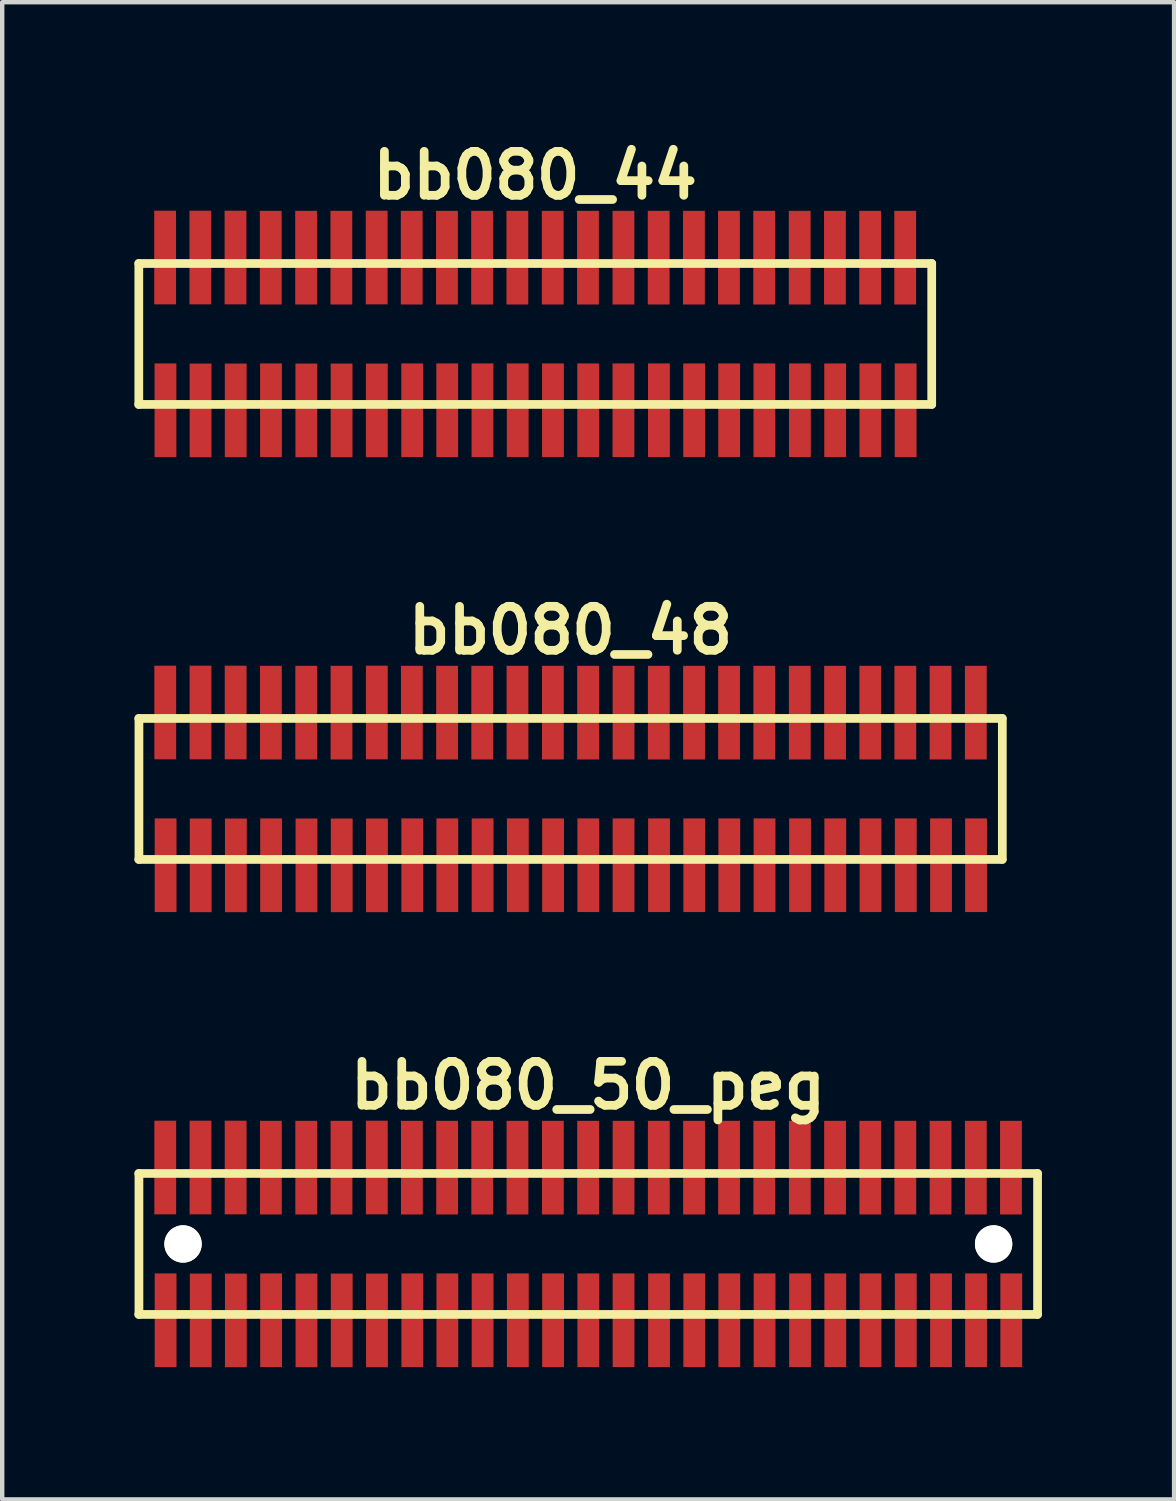
<source format=kicad_pcb>
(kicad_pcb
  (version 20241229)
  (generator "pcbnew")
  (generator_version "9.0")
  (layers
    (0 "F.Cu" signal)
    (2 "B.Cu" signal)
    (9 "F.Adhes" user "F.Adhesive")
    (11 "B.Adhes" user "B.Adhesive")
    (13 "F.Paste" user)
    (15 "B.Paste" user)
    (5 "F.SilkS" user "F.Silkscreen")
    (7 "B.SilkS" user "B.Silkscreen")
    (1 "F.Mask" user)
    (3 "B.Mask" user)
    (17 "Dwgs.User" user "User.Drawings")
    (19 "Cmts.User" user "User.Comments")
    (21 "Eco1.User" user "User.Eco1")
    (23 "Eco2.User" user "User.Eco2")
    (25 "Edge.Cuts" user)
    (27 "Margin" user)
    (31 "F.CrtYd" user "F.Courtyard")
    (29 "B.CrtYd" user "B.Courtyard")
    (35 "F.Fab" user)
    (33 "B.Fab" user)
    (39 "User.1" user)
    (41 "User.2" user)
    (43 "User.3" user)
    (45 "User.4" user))
  (footprint "bb080_50_peg"
    (layer "F.Cu")
    (at 10.3 25.188)
    (property "Reference" "bb080_50_peg" (at 0 -3.599 0) (layer "F.SilkS") (effects (font (size 0.998 0.998) (thickness 0.198))))
    (attr through_hole)
    (fp_line (start -10.201 1.6) (end 10.201 1.6) (stroke (width 0.198) (type solid)) (layer "F.SilkS"))
    (fp_line (start -10.196 -1.6) (end -10.196 1.6) (stroke (width 0.198) (type solid)) (layer "F.SilkS"))
    (fp_line (start 10.201 -1.6) (end -10.201 -1.6) (stroke (width 0.198) (type solid)) (layer "F.SilkS"))
    (fp_line (start 10.203 1.6) (end 10.203 -1.6) (stroke (width 0.198) (type solid)) (layer "F.SilkS"))
    (pad "" np_thru_hole circle (at -9.195 0) (size 0.848 0.848) (drill 0.848) (layers "*.Cu" "*.Mask" "F.SilkS"))
    (pad "" np_thru_hole circle (at 9.205 0) (size 0.848 0.848) (drill 0.848) (layers "*.Cu" "*.Mask" "F.SilkS"))
    (pad "1" smd rect (at -9.591 1.732) (size 0.495 2.126) (layers "F.Cu" "F.Mask" "F.Paste"))
    (pad "2" smd rect (at -9.599 -1.735) (size 0.495 2.126) (layers "F.Cu" "F.Mask" "F.Paste"))
    (pad "3" smd rect (at -8.793 1.735) (size 0.495 2.126) (layers "F.Cu" "F.Mask" "F.Paste"))
    (pad "4" smd rect (at -8.799 -1.735) (size 0.495 2.126) (layers "F.Cu" "F.Mask" "F.Paste"))
    (pad "5" smd rect (at -7.996 1.735) (size 0.495 2.126) (layers "F.Cu" "F.Mask" "F.Paste"))
    (pad "6" smd rect (at -8.001 -1.735) (size 0.495 2.126) (layers "F.Cu" "F.Mask" "F.Paste"))
    (pad "7" smd rect (at -7.196 1.732) (size 0.495 2.126) (layers "F.Cu" "F.Mask" "F.Paste"))
    (pad "8" smd rect (at -7.201 -1.732) (size 0.495 2.126) (layers "F.Cu" "F.Mask" "F.Paste"))
    (pad "9" smd rect (at -6.393 1.735) (size 0.495 2.126) (layers "F.Cu" "F.Mask" "F.Paste"))
    (pad "10" smd rect (at -6.398 -1.732) (size 0.495 2.126) (layers "F.Cu" "F.Mask" "F.Paste"))
    (pad "11" smd rect (at -5.593 1.735) (size 0.495 2.126) (layers "F.Cu" "F.Mask" "F.Paste"))
    (pad "12" smd rect (at -5.598 -1.732) (size 0.495 2.126) (layers "F.Cu" "F.Mask" "F.Paste"))
    (pad "13" smd rect (at -4.793 1.735) (size 0.495 2.126) (layers "F.Cu" "F.Mask" "F.Paste"))
    (pad "14" smd rect (at -4.796 -1.735) (size 0.495 2.126) (layers "F.Cu" "F.Mask" "F.Paste"))
    (pad "15" smd rect (at -3.99 1.732) (size 0.495 2.126) (layers "F.Cu" "F.Mask" "F.Paste"))
    (pad "16" smd rect (at -4 -1.732) (size 0.495 2.126) (layers "F.Cu" "F.Mask" "F.Paste"))
    (pad "17" smd rect (at -3.195 1.732) (size 0.495 2.126) (layers "F.Cu" "F.Mask" "F.Paste"))
    (pad "18" smd rect (at -3.2 -1.732) (size 0.495 2.126) (layers "F.Cu" "F.Mask" "F.Paste"))
    (pad "19" smd rect (at -2.395 1.732) (size 0.495 2.126) (layers "F.Cu" "F.Mask" "F.Paste"))
    (pad "20" smd rect (at -2.403 -1.732) (size 0.495 2.126) (layers "F.Cu" "F.Mask" "F.Paste"))
    (pad "21" smd rect (at -1.595 1.732) (size 0.495 2.126) (layers "F.Cu" "F.Mask" "F.Paste"))
    (pad "22" smd rect (at -1.603 -1.732) (size 0.495 2.126) (layers "F.Cu" "F.Mask" "F.Paste"))
    (pad "23" smd rect (at -0.795 1.732) (size 0.495 2.126) (layers "F.Cu" "F.Mask" "F.Paste"))
    (pad "24" smd rect (at -0.8 -1.732) (size 0.495 2.126) (layers "F.Cu" "F.Mask" "F.Paste"))
    (pad "25" smd rect (at 0.005 1.732) (size 0.495 2.126) (layers "F.Cu" "F.Mask" "F.Paste"))
    (pad "26" smd rect (at 0 -1.732) (size 0.495 2.126) (layers "F.Cu" "F.Mask" "F.Paste"))
    (pad "27" smd rect (at 0.805 1.732) (size 0.495 2.126) (layers "F.Cu" "F.Mask" "F.Paste"))
    (pad "28" smd rect (at 0.805 -1.732) (size 0.495 2.126) (layers "F.Cu" "F.Mask" "F.Paste"))
    (pad "29" smd rect (at 1.61 1.732) (size 0.495 2.126) (layers "F.Cu" "F.Mask" "F.Paste"))
    (pad "30" smd rect (at 1.605 -1.732) (size 0.495 2.126) (layers "F.Cu" "F.Mask" "F.Paste"))
    (pad "31" smd rect (at 2.41 1.732) (size 0.495 2.126) (layers "F.Cu" "F.Mask" "F.Paste"))
    (pad "32" smd rect (at 2.405 -1.732) (size 0.495 2.126) (layers "F.Cu" "F.Mask" "F.Paste"))
    (pad "33" smd rect (at 3.205 1.732) (size 0.495 2.126) (layers "F.Cu" "F.Mask" "F.Paste"))
    (pad "34" smd rect (at 3.2 -1.732) (size 0.495 2.126) (layers "F.Cu" "F.Mask" "F.Paste"))
    (pad "35" smd rect (at 4.006 1.732) (size 0.495 2.126) (layers "F.Cu" "F.Mask" "F.Paste"))
    (pad "36" smd rect (at 4 -1.732) (size 0.495 2.126) (layers "F.Cu" "F.Mask" "F.Paste"))
    (pad "37" smd rect (at 4.811 1.732) (size 0.495 2.126) (layers "F.Cu" "F.Mask" "F.Paste"))
    (pad "38" smd rect (at 4.806 -1.732) (size 0.495 2.126) (layers "F.Cu" "F.Mask" "F.Paste"))
    (pad "39" smd rect (at 5.611 1.732) (size 0.495 2.126) (layers "F.Cu" "F.Mask" "F.Paste"))
    (pad "40" smd rect (at 5.606 -1.732) (size 0.495 2.126) (layers "F.Cu" "F.Mask" "F.Paste"))
    (pad "41" smd rect (at 6.411 1.732) (size 0.495 2.126) (layers "F.Cu" "F.Mask" "F.Paste"))
    (pad "42" smd rect (at 6.406 -1.732) (size 0.495 2.126) (layers "F.Cu" "F.Mask" "F.Paste"))
    (pad "43" smd rect (at 7.211 1.732) (size 0.495 2.126) (layers "F.Cu" "F.Mask" "F.Paste"))
    (pad "44" smd rect (at 7.201 -1.732) (size 0.495 2.126) (layers "F.Cu" "F.Mask" "F.Paste"))
    (pad "45" smd rect (at 8.011 1.732) (size 0.495 2.126) (layers "F.Cu" "F.Mask" "F.Paste"))
    (pad "46" smd rect (at 8.001 -1.732) (size 0.495 2.126) (layers "F.Cu" "F.Mask" "F.Paste"))
    (pad "47" smd rect (at 8.806 1.732) (size 0.495 2.126) (layers "F.Cu" "F.Mask" "F.Paste"))
    (pad "48" smd rect (at 8.801 -1.732) (size 0.495 2.126) (layers "F.Cu" "F.Mask" "F.Paste"))
    (pad "49" smd rect (at 9.606 1.732) (size 0.495 2.126) (layers "F.Cu" "F.Mask" "F.Paste"))
    (pad "50" smd rect (at 9.599 -1.732) (size 0.495 2.126) (layers "F.Cu" "F.Mask" "F.Paste")))
  (footprint "bb080_44"
    (layer "F.Cu")
    (at 9.098 4.531)
    (property "Reference" "bb080_44" (at 0 -3.599 0) (layer "F.SilkS") (effects (font (size 0.998 0.998) (thickness 0.198))))
    (attr through_hole)
    (fp_line (start -8.999 -1.6) (end 9.002 -1.6) (stroke (width 0.198) (type solid)) (layer "F.SilkS"))
    (fp_line (start -8.997 -1.6) (end -8.997 1.6) (stroke (width 0.198) (type solid)) (layer "F.SilkS"))
    (fp_line (start 9.002 1.6) (end -8.999 1.6) (stroke (width 0.198) (type solid)) (layer "F.SilkS"))
    (fp_line (start 9.002 1.6) (end 9.002 -1.6) (stroke (width 0.198) (type solid)) (layer "F.SilkS"))
    (pad "1" smd rect (at -8.392 1.732) (size 0.495 2.126) (layers "F.Cu" "F.Mask" "F.Paste"))
    (pad "2" smd rect (at -8.4 -1.735) (size 0.495 2.126) (layers "F.Cu" "F.Mask" "F.Paste"))
    (pad "3" smd rect (at -7.595 1.735) (size 0.495 2.126) (layers "F.Cu" "F.Mask" "F.Paste"))
    (pad "4" smd rect (at -7.6 -1.735) (size 0.495 2.126) (layers "F.Cu" "F.Mask" "F.Paste"))
    (pad "5" smd rect (at -6.797 1.735) (size 0.495 2.126) (layers "F.Cu" "F.Mask" "F.Paste"))
    (pad "6" smd rect (at -6.802 -1.735) (size 0.495 2.126) (layers "F.Cu" "F.Mask" "F.Paste"))
    (pad "7" smd rect (at -5.997 1.732) (size 0.495 2.126) (layers "F.Cu" "F.Mask" "F.Paste"))
    (pad "8" smd rect (at -6.002 -1.732) (size 0.495 2.126) (layers "F.Cu" "F.Mask" "F.Paste"))
    (pad "9" smd rect (at -5.194 1.735) (size 0.495 2.126) (layers "F.Cu" "F.Mask" "F.Paste"))
    (pad "10" smd rect (at -5.199 -1.732) (size 0.495 2.126) (layers "F.Cu" "F.Mask" "F.Paste"))
    (pad "11" smd rect (at -4.394 1.735) (size 0.495 2.126) (layers "F.Cu" "F.Mask" "F.Paste"))
    (pad "12" smd rect (at -4.399 -1.732) (size 0.495 2.126) (layers "F.Cu" "F.Mask" "F.Paste"))
    (pad "13" smd rect (at -3.594 1.735) (size 0.495 2.126) (layers "F.Cu" "F.Mask" "F.Paste"))
    (pad "14" smd rect (at -3.597 -1.735) (size 0.495 2.126) (layers "F.Cu" "F.Mask" "F.Paste"))
    (pad "15" smd rect (at -2.791 1.732) (size 0.495 2.126) (layers "F.Cu" "F.Mask" "F.Paste"))
    (pad "16" smd rect (at -2.802 -1.732) (size 0.495 2.126) (layers "F.Cu" "F.Mask" "F.Paste"))
    (pad "17" smd rect (at -1.996 1.732) (size 0.495 2.126) (layers "F.Cu" "F.Mask" "F.Paste"))
    (pad "18" smd rect (at -2.002 -1.732) (size 0.495 2.126) (layers "F.Cu" "F.Mask" "F.Paste"))
    (pad "19" smd rect (at -1.196 1.732) (size 0.495 2.126) (layers "F.Cu" "F.Mask" "F.Paste"))
    (pad "20" smd rect (at -1.204 -1.732) (size 0.495 2.126) (layers "F.Cu" "F.Mask" "F.Paste"))
    (pad "21" smd rect (at -0.396 1.732) (size 0.495 2.126) (layers "F.Cu" "F.Mask" "F.Paste"))
    (pad "22" smd rect (at -0.404 -1.732) (size 0.495 2.126) (layers "F.Cu" "F.Mask" "F.Paste"))
    (pad "23" smd rect (at 0.404 1.732) (size 0.495 2.126) (layers "F.Cu" "F.Mask" "F.Paste"))
    (pad "24" smd rect (at 0.399 -1.732) (size 0.495 2.126) (layers "F.Cu" "F.Mask" "F.Paste"))
    (pad "25" smd rect (at 1.204 1.732) (size 0.495 2.126) (layers "F.Cu" "F.Mask" "F.Paste"))
    (pad "26" smd rect (at 1.199 -1.732) (size 0.495 2.126) (layers "F.Cu" "F.Mask" "F.Paste"))
    (pad "27" smd rect (at 2.004 1.732) (size 0.495 2.126) (layers "F.Cu" "F.Mask" "F.Paste"))
    (pad "28" smd rect (at 2.004 -1.732) (size 0.495 2.126) (layers "F.Cu" "F.Mask" "F.Paste"))
    (pad "29" smd rect (at 2.809 1.732) (size 0.495 2.126) (layers "F.Cu" "F.Mask" "F.Paste"))
    (pad "30" smd rect (at 2.804 -1.732) (size 0.495 2.126) (layers "F.Cu" "F.Mask" "F.Paste"))
    (pad "31" smd rect (at 3.609 1.732) (size 0.495 2.126) (layers "F.Cu" "F.Mask" "F.Paste"))
    (pad "32" smd rect (at 3.604 -1.732) (size 0.495 2.126) (layers "F.Cu" "F.Mask" "F.Paste"))
    (pad "33" smd rect (at 4.404 1.732) (size 0.495 2.126) (layers "F.Cu" "F.Mask" "F.Paste"))
    (pad "34" smd rect (at 4.399 -1.732) (size 0.495 2.126) (layers "F.Cu" "F.Mask" "F.Paste"))
    (pad "35" smd rect (at 5.204 1.732) (size 0.495 2.126) (layers "F.Cu" "F.Mask" "F.Paste"))
    (pad "36" smd rect (at 5.199 -1.732) (size 0.495 2.126) (layers "F.Cu" "F.Mask" "F.Paste"))
    (pad "37" smd rect (at 6.01 1.732) (size 0.495 2.126) (layers "F.Cu" "F.Mask" "F.Paste"))
    (pad "38" smd rect (at 6.005 -1.732) (size 0.495 2.126) (layers "F.Cu" "F.Mask" "F.Paste"))
    (pad "39" smd rect (at 6.81 1.732) (size 0.495 2.126) (layers "F.Cu" "F.Mask" "F.Paste"))
    (pad "40" smd rect (at 6.805 -1.732) (size 0.495 2.126) (layers "F.Cu" "F.Mask" "F.Paste"))
    (pad "41" smd rect (at 7.61 1.732) (size 0.495 2.126) (layers "F.Cu" "F.Mask" "F.Paste"))
    (pad "42" smd rect (at 7.605 -1.732) (size 0.495 2.126) (layers "F.Cu" "F.Mask" "F.Paste"))
    (pad "43" smd rect (at 8.41 1.732) (size 0.495 2.126) (layers "F.Cu" "F.Mask" "F.Paste"))
    (pad "44" smd rect (at 8.4 -1.732) (size 0.495 2.126) (layers "F.Cu" "F.Mask" "F.Paste")))
  (footprint "bb080_48"
    (layer "F.Cu")
    (at 9.901 14.859)
    (property "Reference" "bb080_48" (at 0 -3.599 0) (layer "F.SilkS") (effects (font (size 0.998 0.998) (thickness 0.198))))
    (attr through_hole)
    (fp_line (start -9.802 1.6) (end 9.799 1.6) (stroke (width 0.198) (type solid)) (layer "F.SilkS"))
    (fp_line (start -9.797 -1.6) (end -9.797 1.6) (stroke (width 0.198) (type solid)) (layer "F.SilkS"))
    (fp_line (start 9.799 -1.6) (end -9.802 -1.6) (stroke (width 0.198) (type solid)) (layer "F.SilkS"))
    (fp_line (start 9.802 1.6) (end 9.802 -1.6) (stroke (width 0.198) (type solid)) (layer "F.SilkS"))
    (pad "1" smd rect (at -9.192 1.732) (size 0.495 2.126) (layers "F.Cu" "F.Mask" "F.Paste"))
    (pad "2" smd rect (at -9.2 -1.735) (size 0.495 2.126) (layers "F.Cu" "F.Mask" "F.Paste"))
    (pad "3" smd rect (at -8.395 1.735) (size 0.495 2.126) (layers "F.Cu" "F.Mask" "F.Paste"))
    (pad "4" smd rect (at -8.4 -1.735) (size 0.495 2.126) (layers "F.Cu" "F.Mask" "F.Paste"))
    (pad "5" smd rect (at -7.597 1.735) (size 0.495 2.126) (layers "F.Cu" "F.Mask" "F.Paste"))
    (pad "6" smd rect (at -7.602 -1.735) (size 0.495 2.126) (layers "F.Cu" "F.Mask" "F.Paste"))
    (pad "7" smd rect (at -6.797 1.732) (size 0.495 2.126) (layers "F.Cu" "F.Mask" "F.Paste"))
    (pad "8" smd rect (at -6.802 -1.732) (size 0.495 2.126) (layers "F.Cu" "F.Mask" "F.Paste"))
    (pad "9" smd rect (at -5.994 1.735) (size 0.495 2.126) (layers "F.Cu" "F.Mask" "F.Paste"))
    (pad "10" smd rect (at -5.999 -1.732) (size 0.495 2.126) (layers "F.Cu" "F.Mask" "F.Paste"))
    (pad "11" smd rect (at -5.194 1.735) (size 0.495 2.126) (layers "F.Cu" "F.Mask" "F.Paste"))
    (pad "12" smd rect (at -5.199 -1.732) (size 0.495 2.126) (layers "F.Cu" "F.Mask" "F.Paste"))
    (pad "13" smd rect (at -4.394 1.735) (size 0.495 2.126) (layers "F.Cu" "F.Mask" "F.Paste"))
    (pad "14" smd rect (at -4.397 -1.735) (size 0.495 2.126) (layers "F.Cu" "F.Mask" "F.Paste"))
    (pad "15" smd rect (at -3.592 1.732) (size 0.495 2.126) (layers "F.Cu" "F.Mask" "F.Paste"))
    (pad "16" smd rect (at -3.602 -1.732) (size 0.495 2.126) (layers "F.Cu" "F.Mask" "F.Paste"))
    (pad "17" smd rect (at -2.797 1.732) (size 0.495 2.126) (layers "F.Cu" "F.Mask" "F.Paste"))
    (pad "18" smd rect (at -2.802 -1.732) (size 0.495 2.126) (layers "F.Cu" "F.Mask" "F.Paste"))
    (pad "19" smd rect (at -1.996 1.732) (size 0.495 2.126) (layers "F.Cu" "F.Mask" "F.Paste"))
    (pad "20" smd rect (at -2.004 -1.732) (size 0.495 2.126) (layers "F.Cu" "F.Mask" "F.Paste"))
    (pad "21" smd rect (at -1.196 1.732) (size 0.495 2.126) (layers "F.Cu" "F.Mask" "F.Paste"))
    (pad "22" smd rect (at -1.204 -1.732) (size 0.495 2.126) (layers "F.Cu" "F.Mask" "F.Paste"))
    (pad "23" smd rect (at -0.396 1.732) (size 0.495 2.126) (layers "F.Cu" "F.Mask" "F.Paste"))
    (pad "24" smd rect (at -0.401 -1.732) (size 0.495 2.126) (layers "F.Cu" "F.Mask" "F.Paste"))
    (pad "25" smd rect (at 0.404 1.732) (size 0.495 2.126) (layers "F.Cu" "F.Mask" "F.Paste"))
    (pad "26" smd rect (at 0.399 -1.732) (size 0.495 2.126) (layers "F.Cu" "F.Mask" "F.Paste"))
    (pad "27" smd rect (at 1.204 1.732) (size 0.495 2.126) (layers "F.Cu" "F.Mask" "F.Paste"))
    (pad "28" smd rect (at 1.204 -1.732) (size 0.495 2.126) (layers "F.Cu" "F.Mask" "F.Paste"))
    (pad "29" smd rect (at 2.009 1.732) (size 0.495 2.126) (layers "F.Cu" "F.Mask" "F.Paste"))
    (pad "30" smd rect (at 2.004 -1.732) (size 0.495 2.126) (layers "F.Cu" "F.Mask" "F.Paste"))
    (pad "31" smd rect (at 2.809 1.732) (size 0.495 2.126) (layers "F.Cu" "F.Mask" "F.Paste"))
    (pad "32" smd rect (at 2.804 -1.732) (size 0.495 2.126) (layers "F.Cu" "F.Mask" "F.Paste"))
    (pad "33" smd rect (at 3.604 1.732) (size 0.495 2.126) (layers "F.Cu" "F.Mask" "F.Paste"))
    (pad "34" smd rect (at 3.599 -1.732) (size 0.495 2.126) (layers "F.Cu" "F.Mask" "F.Paste"))
    (pad "35" smd rect (at 4.404 1.732) (size 0.495 2.126) (layers "F.Cu" "F.Mask" "F.Paste"))
    (pad "36" smd rect (at 4.399 -1.732) (size 0.495 2.126) (layers "F.Cu" "F.Mask" "F.Paste"))
    (pad "37" smd rect (at 5.21 1.732) (size 0.495 2.126) (layers "F.Cu" "F.Mask" "F.Paste"))
    (pad "38" smd rect (at 5.204 -1.732) (size 0.495 2.126) (layers "F.Cu" "F.Mask" "F.Paste"))
    (pad "39" smd rect (at 6.01 1.732) (size 0.495 2.126) (layers "F.Cu" "F.Mask" "F.Paste"))
    (pad "40" smd rect (at 6.005 -1.732) (size 0.495 2.126) (layers "F.Cu" "F.Mask" "F.Paste"))
    (pad "41" smd rect (at 6.81 1.732) (size 0.495 2.126) (layers "F.Cu" "F.Mask" "F.Paste"))
    (pad "42" smd rect (at 6.805 -1.732) (size 0.495 2.126) (layers "F.Cu" "F.Mask" "F.Paste"))
    (pad "43" smd rect (at 7.61 1.732) (size 0.495 2.126) (layers "F.Cu" "F.Mask" "F.Paste"))
    (pad "44" smd rect (at 7.6 -1.732) (size 0.495 2.126) (layers "F.Cu" "F.Mask" "F.Paste"))
    (pad "45" smd rect (at 8.41 1.732) (size 0.495 2.126) (layers "F.Cu" "F.Mask" "F.Paste"))
    (pad "46" smd rect (at 8.4 -1.732) (size 0.495 2.126) (layers "F.Cu" "F.Mask" "F.Paste"))
    (pad "47" smd rect (at 9.205 1.732) (size 0.495 2.126) (layers "F.Cu" "F.Mask" "F.Paste"))
    (pad "48" smd rect (at 9.2 -1.732) (size 0.495 2.126) (layers "F.Cu" "F.Mask" "F.Paste")))
  (gr_rect
    (start -3 -3)
    (end 23.602 30.986)
    (stroke (width 0.1) (type default))
    (fill no)
    (layer "Edge.Cuts")))
</source>
